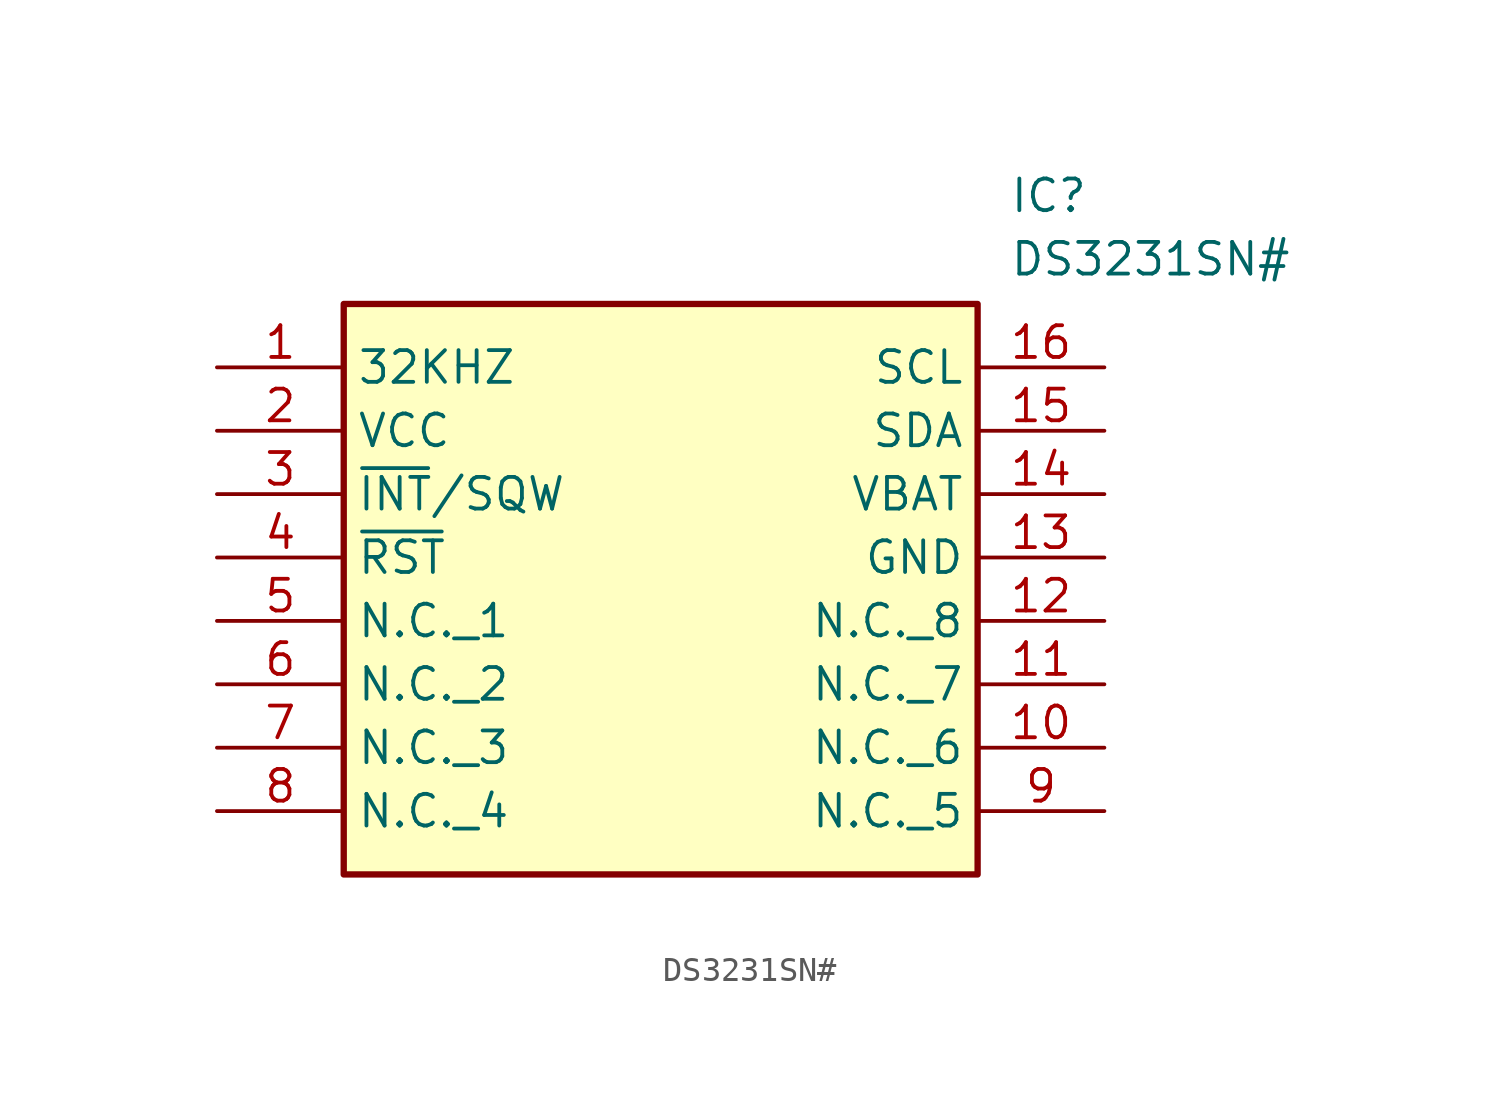
<source format=kicad_sym>
(kicad_symbol_lib
  (version 20211014)
  (generator SamacSys_ECAD_Model)
  (symbol "DS3231SN#"
    (property "Reference" "IC"
      (at 31.75 7.62 0)
      (effects (font (size 1.27 1.27)) (justify left top)))
    (property "Value" "DS3231SN#"
      (at 31.75 5.08 0)
      (effects (font (size 1.27 1.27)) (justify left top)))
    (rectangle
      (start 5.08 2.54)
      (end 30.48 -20.32)
      (stroke (width 0.254) (type default))
      (fill (type background)))
    (pin passive line
      (at 0 0 0)
      (length 5.08)
      (name "32KHZ" (effects (font (size 1.27 1.27))))
      (number "1" (effects (font (size 1.27 1.27)))))
    (pin passive line
      (at 0 -2.54 0)
      (length 5.08)
      (name "VCC" (effects (font (size 1.27 1.27))))
      (number "2" (effects (font (size 1.27 1.27)))))
    (pin passive line
      (at 0 -5.08 0)
      (length 5.08)
      (name "~{INT}/SQW" (effects (font (size 1.27 1.27))))
      (number "3" (effects (font (size 1.27 1.27)))))
    (pin passive line
      (at 0 -7.62 0)
      (length 5.08)
      (name "~{RST}" (effects (font (size 1.27 1.27))))
      (number "4" (effects (font (size 1.27 1.27)))))
    (pin passive line
      (at 0 -10.16 0)
      (length 5.08)
      (name "N.C._1" (effects (font (size 1.27 1.27))))
      (number "5" (effects (font (size 1.27 1.27)))))
    (pin passive line
      (at 0 -12.7 0)
      (length 5.08)
      (name "N.C._2" (effects (font (size 1.27 1.27))))
      (number "6" (effects (font (size 1.27 1.27)))))
    (pin passive line
      (at 0 -15.24 0)
      (length 5.08)
      (name "N.C._3" (effects (font (size 1.27 1.27))))
      (number "7" (effects (font (size 1.27 1.27)))))
    (pin passive line
      (at 0 -17.78 0)
      (length 5.08)
      (name "N.C._4" (effects (font (size 1.27 1.27))))
      (number "8" (effects (font (size 1.27 1.27)))))
    (pin passive line
      (at 35.56 0 180)
      (length 5.08)
      (name "SCL" (effects (font (size 1.27 1.27))))
      (number "16" (effects (font (size 1.27 1.27)))))
    (pin passive line
      (at 35.56 -2.54 180)
      (length 5.08)
      (name "SDA" (effects (font (size 1.27 1.27))))
      (number "15" (effects (font (size 1.27 1.27)))))
    (pin passive line
      (at 35.56 -5.08 180)
      (length 5.08)
      (name "VBAT" (effects (font (size 1.27 1.27))))
      (number "14" (effects (font (size 1.27 1.27)))))
    (pin passive line
      (at 35.56 -7.62 180)
      (length 5.08)
      (name "GND" (effects (font (size 1.27 1.27))))
      (number "13" (effects (font (size 1.27 1.27)))))
    (pin passive line
      (at 35.56 -10.16 180)
      (length 5.08)
      (name "N.C._8" (effects (font (size 1.27 1.27))))
      (number "12" (effects (font (size 1.27 1.27)))))
    (pin passive line
      (at 35.56 -12.7 180)
      (length 5.08)
      (name "N.C._7" (effects (font (size 1.27 1.27))))
      (number "11" (effects (font (size 1.27 1.27)))))
    (pin passive line
      (at 35.56 -15.24 180)
      (length 5.08)
      (name "N.C._6" (effects (font (size 1.27 1.27))))
      (number "10" (effects (font (size 1.27 1.27)))))
    (pin passive line
      (at 35.56 -17.78 180)
      (length 5.08)
      (name "N.C._5" (effects (font (size 1.27 1.27))))
      (number "9" (effects (font (size 1.27 1.27)))))))
</source>
